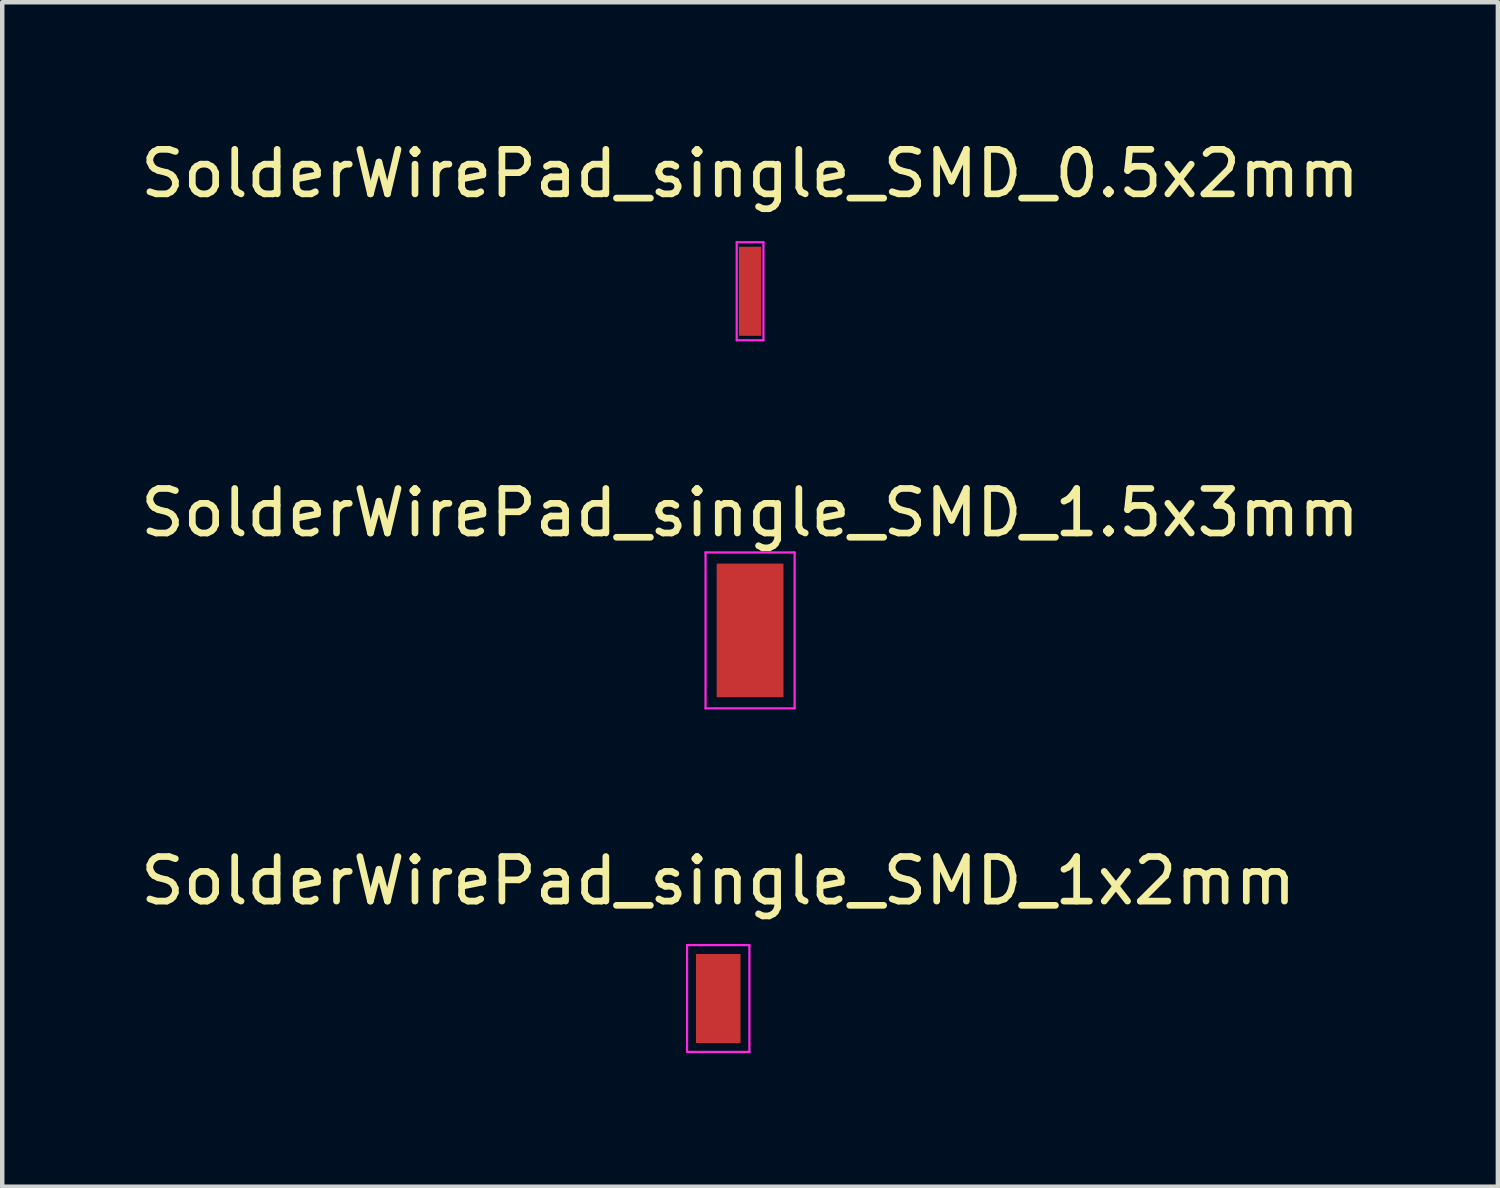
<source format=kicad_pcb>
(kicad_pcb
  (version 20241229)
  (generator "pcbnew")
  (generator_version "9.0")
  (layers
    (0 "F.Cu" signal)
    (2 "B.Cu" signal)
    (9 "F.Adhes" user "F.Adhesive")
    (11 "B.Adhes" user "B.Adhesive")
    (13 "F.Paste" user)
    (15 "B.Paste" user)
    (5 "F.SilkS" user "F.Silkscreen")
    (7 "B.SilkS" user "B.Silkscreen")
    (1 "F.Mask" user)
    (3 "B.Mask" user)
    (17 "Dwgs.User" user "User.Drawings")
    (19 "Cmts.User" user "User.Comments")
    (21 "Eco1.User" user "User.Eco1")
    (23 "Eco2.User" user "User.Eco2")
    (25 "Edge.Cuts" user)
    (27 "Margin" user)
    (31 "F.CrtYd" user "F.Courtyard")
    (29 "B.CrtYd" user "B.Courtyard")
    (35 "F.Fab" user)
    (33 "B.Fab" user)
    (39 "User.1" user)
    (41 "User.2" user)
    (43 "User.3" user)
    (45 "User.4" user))
  (footprint "SolderWirePad_single_SMD_1.5x3mm"
    (layer "F.Cu")
    (at 13.792 11.105)
    (property "Reference" "SolderWirePad_single_SMD_1.5x3mm" (at 0 -2.642 0) (layer "F.SilkS") (effects (font (size 1 1) (thickness 0.15))))
    (attr smd)
    (fp_line (start -1 -1.75) (end -1 1.75) (stroke (width 0.05) (type solid)) (layer "F.CrtYd"))
    (fp_line (start -1 1.75) (end 1 1.75) (stroke (width 0.05) (type solid)) (layer "F.CrtYd"))
    (fp_line (start 1 -1.75) (end -1 -1.75) (stroke (width 0.05) (type solid)) (layer "F.CrtYd"))
    (fp_line (start 1 1.75) (end 1 -1.75) (stroke (width 0.05) (type solid)) (layer "F.CrtYd"))
    (pad "1" smd rect (at 0 0) (size 1.5 3) (layers "F.Cu" "F.Mask" "F.Paste")))
  (footprint "SolderWirePad_single_SMD_0.5x2mm"
    (layer "F.Cu")
    (at 13.792 3.49)
    (property "Reference" "SolderWirePad_single_SMD_0.5x2mm" (at 0 -2.642 0) (layer "F.SilkS") (effects (font (size 1 1) (thickness 0.15))))
    (attr smd)
    (fp_line (start -0.3 -1.1) (end -0.3 1.1) (stroke (width 0.05) (type solid)) (layer "F.CrtYd"))
    (fp_line (start -0.3 1.1) (end 0.3 1.1) (stroke (width 0.05) (type solid)) (layer "F.CrtYd"))
    (fp_line (start 0.3 -1.1) (end -0.3 -1.1) (stroke (width 0.05) (type solid)) (layer "F.CrtYd"))
    (fp_line (start 0.3 1.1) (end 0.3 -1.1) (stroke (width 0.05) (type solid)) (layer "F.CrtYd"))
    (pad "1" smd rect (at 0 0) (size 0.5 2) (layers "F.Cu" "F.Mask" "F.Paste")))
  (footprint "SolderWirePad_single_SMD_1x2mm"
    (layer "F.Cu")
    (at 13.077 19.37)
    (property "Reference" "SolderWirePad_single_SMD_1x2mm" (at 0 -2.642 0) (layer "F.SilkS") (effects (font (size 1 1) (thickness 0.15))))
    (attr smd)
    (fp_line (start -0.7 -1.2) (end -0.7 1.2) (stroke (width 0.05) (type solid)) (layer "F.CrtYd"))
    (fp_line (start -0.7 1.2) (end 0.7 1.2) (stroke (width 0.05) (type solid)) (layer "F.CrtYd"))
    (fp_line (start 0.7 -1.2) (end -0.7 -1.2) (stroke (width 0.05) (type solid)) (layer "F.CrtYd"))
    (fp_line (start 0.7 1.2) (end 0.7 -1.2) (stroke (width 0.05) (type solid)) (layer "F.CrtYd"))
    (pad "1" smd rect (at 0 0) (size 1 2) (layers "F.Cu" "F.Mask" "F.Paste")))
  (gr_rect
    (start -3 -3)
    (end 30.583 23.595)
    (stroke (width 0.1) (type default))
    (fill no)
    (layer "Edge.Cuts")))
</source>
